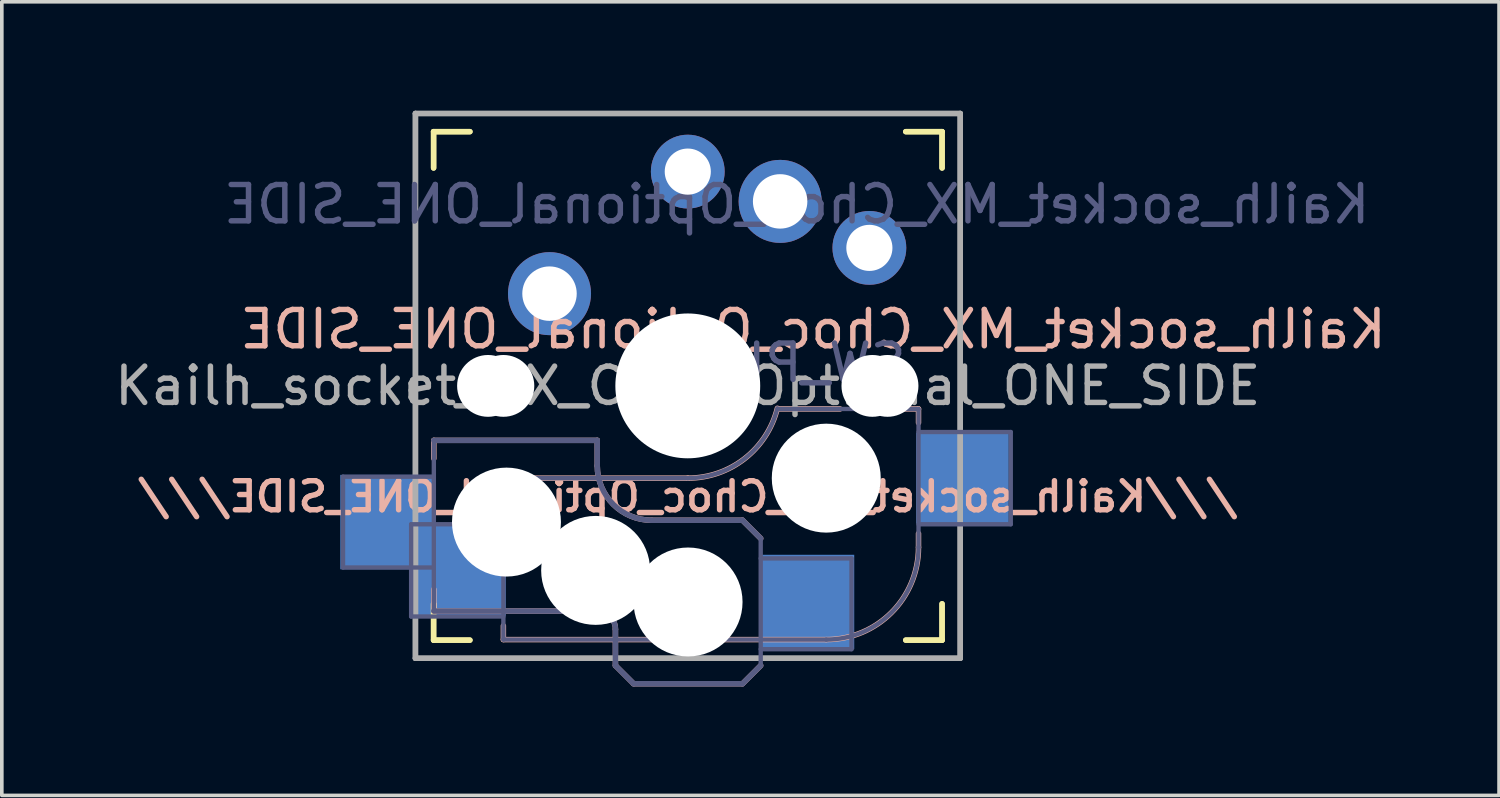
<source format=kicad_pcb>
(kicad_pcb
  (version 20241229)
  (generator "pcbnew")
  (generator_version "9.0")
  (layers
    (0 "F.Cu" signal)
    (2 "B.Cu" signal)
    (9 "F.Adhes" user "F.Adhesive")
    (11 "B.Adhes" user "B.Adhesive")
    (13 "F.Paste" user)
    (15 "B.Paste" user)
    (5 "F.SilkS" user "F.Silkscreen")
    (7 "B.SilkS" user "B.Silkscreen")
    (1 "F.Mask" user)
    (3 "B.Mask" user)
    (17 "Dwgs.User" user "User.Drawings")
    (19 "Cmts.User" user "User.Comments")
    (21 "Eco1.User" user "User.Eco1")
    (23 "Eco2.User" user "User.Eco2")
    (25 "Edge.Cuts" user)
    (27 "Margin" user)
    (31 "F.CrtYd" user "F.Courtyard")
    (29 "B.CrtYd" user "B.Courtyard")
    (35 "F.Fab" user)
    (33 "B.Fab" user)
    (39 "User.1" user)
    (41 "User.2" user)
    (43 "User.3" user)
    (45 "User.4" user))
  (footprint "Kailh_socket_MX_Choc_Optional_ONE_SIDE"
    (layer "F.Cu")
    (at 15.887 7.575)
    (property "Reference" "Kailh_socket_MX_Choc_Optional_ONE_SIDE" (at 3.45 -1.56 0) (layer "B.SilkS") (effects (font (size 1 1) (thickness 0.15)) (justify mirror)))
    (property "Value" "SW_PUSH" (at 0 8.25 180) (layer "F.Fab") (hide yes) (effects (font (size 1 1) (thickness 0.15))))
    (attr through_hole)
    (fp_line (start -7 -6) (end -7 -7) (stroke (width 0.15) (type solid)) (layer "F.SilkS"))
    (fp_line (start -7 7) (end -7 6) (stroke (width 0.15) (type solid)) (layer "F.SilkS"))
    (fp_line (start -7 7) (end -6 7) (stroke (width 0.15) (type solid)) (layer "F.SilkS"))
    (fp_line (start -6.997 -6) (end -6.997 -7) (stroke (width 0.15) (type solid)) (layer "F.SilkS"))
    (fp_line (start -6.997 7) (end -6.997 6) (stroke (width 0.15) (type solid)) (layer "F.SilkS"))
    (fp_line (start -6.997 7) (end -5.997 7) (stroke (width 0.15) (type solid)) (layer "F.SilkS"))
    (fp_line (start -6 -7) (end -7 -7) (stroke (width 0.15) (type solid)) (layer "F.SilkS"))
    (fp_line (start -5.997 -7) (end -6.997 -7) (stroke (width 0.15) (type solid)) (layer "F.SilkS"))
    (fp_line (start 6 7) (end 7 7) (stroke (width 0.15) (type solid)) (layer "F.SilkS"))
    (fp_line (start 6.003 7) (end 7.003 7) (stroke (width 0.15) (type solid)) (layer "F.SilkS"))
    (fp_line (start 7 -7) (end 6 -7) (stroke (width 0.15) (type solid)) (layer "F.SilkS"))
    (fp_line (start 7 -7) (end 7 -6) (stroke (width 0.15) (type solid)) (layer "F.SilkS"))
    (fp_line (start 7 6) (end 7 7) (stroke (width 0.15) (type solid)) (layer "F.SilkS"))
    (fp_line (start 7.003 -7) (end 6.003 -7) (stroke (width 0.15) (type solid)) (layer "F.SilkS"))
    (fp_line (start 7.003 -7) (end 7.003 -6) (stroke (width 0.15) (type solid)) (layer "F.SilkS"))
    (fp_line (start 7.003 6) (end 7.003 7) (stroke (width 0.15) (type solid)) (layer "F.SilkS"))
    (fp_line (start -6.992 1.5) (end -6.992 2) (stroke (width 0.15) (type solid)) (layer "B.SilkS"))
    (fp_line (start -6.992 5.6) (end -6.992 6.2) (stroke (width 0.15) (type solid)) (layer "B.SilkS"))
    (fp_line (start -6.992 6.2) (end -2.492 6.2) (stroke (width 0.15) (type solid)) (layer "B.SilkS"))
    (fp_line (start -5.077 2.54) (end -5.077 3.556) (stroke (width 0.15) (type solid)) (layer "B.SilkS"))
    (fp_line (start -5.077 6.604) (end -5.077 6.985) (stroke (width 0.15) (type solid)) (layer "B.SilkS"))
    (fp_line (start -5.077 6.985) (end 3.813 6.985) (stroke (width 0.15) (type solid)) (layer "B.SilkS"))
    (fp_line (start -2.492 1.5) (end -6.992 1.5) (stroke (width 0.15) (type solid)) (layer "B.SilkS"))
    (fp_line (start -2.492 2.2) (end -2.492 1.5) (stroke (width 0.15) (type solid)) (layer "B.SilkS"))
    (fp_line (start -1.992 6.7) (end -1.992 7.7) (stroke (width 0.15) (type solid)) (layer "B.SilkS"))
    (fp_line (start -1.492 8.2) (end -1.992 7.7) (stroke (width 0.15) (type solid)) (layer "B.SilkS"))
    (fp_line (start 0.003 2.54) (end -5.077 2.54) (stroke (width 0.15) (type solid)) (layer "B.SilkS"))
    (fp_line (start 1.508 3.7) (end -0.992 3.7) (stroke (width 0.15) (type solid)) (layer "B.SilkS"))
    (fp_line (start 1.508 8.2) (end -1.492 8.2) (stroke (width 0.15) (type solid)) (layer "B.SilkS"))
    (fp_line (start 2.008 4.2) (end 1.508 3.7) (stroke (width 0.15) (type solid)) (layer "B.SilkS"))
    (fp_line (start 2.008 7.7) (end 1.508 8.2) (stroke (width 0.15) (type solid)) (layer "B.SilkS"))
    (fp_line (start 4.194 0.635) (end 2.543 0.635) (stroke (width 0.15) (type solid)) (layer "B.SilkS"))
    (fp_line (start 6.353 0.635) (end 5.972 0.635) (stroke (width 0.15) (type solid)) (layer "B.SilkS"))
    (fp_line (start 6.353 1.016) (end 6.353 0.635) (stroke (width 0.15) (type solid)) (layer "B.SilkS"))
    (fp_line (start 6.353 4.445) (end 6.353 4.064) (stroke (width 0.15) (type solid)) (layer "B.SilkS"))
    (fp_arc (start -2.492 6.2) (mid -2.138447 6.346447) (end -1.992 6.7) (stroke (width 0.15) (type solid)) (layer "B.SilkS"))
    (fp_arc (start -0.992 3.7) (mid -2.05266 3.26066) (end -2.492 2.2) (stroke (width 0.15) (type solid)) (layer "B.SilkS"))
    (fp_arc (start 2.467162 0.61604) (mid 1.566147 2.002042) (end 0.003 2.54) (stroke (width 0.15) (type solid)) (layer "B.SilkS"))
    (fp_arc (start 6.353 4.445) (mid 5.609051 6.241051) (end 3.813 6.985) (stroke (width 0.15) (type solid)) (layer "B.SilkS"))
    (fp_line (start -6.9 6.9) (end -6.9 -6.9) (stroke (width 0.15) (type solid)) (layer "Eco2.User"))
    (fp_line (start -6.9 6.9) (end 6.9 6.9) (stroke (width 0.15) (type solid)) (layer "Eco2.User"))
    (fp_line (start -6.897 6.9) (end -6.897 -6.9) (stroke (width 0.15) (type solid)) (layer "Eco2.User"))
    (fp_line (start -6.897 6.9) (end 6.903 6.9) (stroke (width 0.15) (type solid)) (layer "Eco2.User"))
    (fp_line (start 6.9 -6.9) (end -6.9 -6.9) (stroke (width 0.15) (type solid)) (layer "Eco2.User"))
    (fp_line (start 6.9 -6.9) (end 6.9 6.9) (stroke (width 0.15) (type solid)) (layer "Eco2.User"))
    (fp_line (start 6.903 -6.9) (end -6.897 -6.9) (stroke (width 0.15) (type solid)) (layer "Eco2.User"))
    (fp_line (start 6.903 -6.9) (end 6.903 6.9) (stroke (width 0.15) (type solid)) (layer "Eco2.User"))
    (fp_line (start -9.492 2.5) (end -6.992 2.5) (stroke (width 0.12) (type solid)) (layer "B.Fab"))
    (fp_line (start -9.492 5) (end -9.492 2.5) (stroke (width 0.12) (type solid)) (layer "B.Fab"))
    (fp_line (start -7.617 3.81) (end -7.617 6.35) (stroke (width 0.12) (type solid)) (layer "B.Fab"))
    (fp_line (start -7.617 6.35) (end -5.077 6.35) (stroke (width 0.12) (type solid)) (layer "B.Fab"))
    (fp_line (start -6.992 1.5) (end -6.992 6.2) (stroke (width 0.12) (type solid)) (layer "B.Fab"))
    (fp_line (start -6.992 5) (end -9.492 5) (stroke (width 0.12) (type solid)) (layer "B.Fab"))
    (fp_line (start -6.992 6.2) (end -2.492 6.2) (stroke (width 0.15) (type solid)) (layer "B.Fab"))
    (fp_line (start -5.077 2.54) (end -5.077 6.985) (stroke (width 0.12) (type solid)) (layer "B.Fab"))
    (fp_line (start -5.077 3.81) (end -7.617 3.81) (stroke (width 0.12) (type solid)) (layer "B.Fab"))
    (fp_line (start -5.077 6.985) (end 3.813 6.985) (stroke (width 0.12) (type solid)) (layer "B.Fab"))
    (fp_line (start -2.492 1.5) (end -6.992 1.5) (stroke (width 0.15) (type solid)) (layer "B.Fab"))
    (fp_line (start -2.492 2.2) (end -2.492 1.5) (stroke (width 0.15) (type solid)) (layer "B.Fab"))
    (fp_line (start -1.992 6.7) (end -1.992 7.7) (stroke (width 0.15) (type solid)) (layer "B.Fab"))
    (fp_line (start -1.492 8.2) (end -1.992 7.7) (stroke (width 0.15) (type solid)) (layer "B.Fab"))
    (fp_line (start 0.003 2.54) (end -5.077 2.54) (stroke (width 0.12) (type solid)) (layer "B.Fab"))
    (fp_line (start 1.508 3.7) (end -0.992 3.7) (stroke (width 0.15) (type solid)) (layer "B.Fab"))
    (fp_line (start 1.508 8.2) (end -1.492 8.2) (stroke (width 0.15) (type solid)) (layer "B.Fab"))
    (fp_line (start 2.008 4.2) (end 1.508 3.7) (stroke (width 0.15) (type solid)) (layer "B.Fab"))
    (fp_line (start 2.008 4.25) (end 2.008 7.7) (stroke (width 0.12) (type solid)) (layer "B.Fab"))
    (fp_line (start 2.008 4.75) (end 4.508 4.75) (stroke (width 0.12) (type solid)) (layer "B.Fab"))
    (fp_line (start 2.008 7.7) (end 1.508 8.2) (stroke (width 0.15) (type solid)) (layer "B.Fab"))
    (fp_line (start 4.508 4.75) (end 4.508 7.25) (stroke (width 0.12) (type solid)) (layer "B.Fab"))
    (fp_line (start 4.508 7.25) (end 2.008 7.25) (stroke (width 0.12) (type solid)) (layer "B.Fab"))
    (fp_line (start 6.353 0.635) (end 2.543 0.635) (stroke (width 0.12) (type solid)) (layer "B.Fab"))
    (fp_line (start 6.353 3.81) (end 8.893 3.81) (stroke (width 0.12) (type solid)) (layer "B.Fab"))
    (fp_line (start 6.353 4.445) (end 6.353 0.635) (stroke (width 0.12) (type solid)) (layer "B.Fab"))
    (fp_line (start 8.893 1.27) (end 6.353 1.27) (stroke (width 0.12) (type solid)) (layer "B.Fab"))
    (fp_line (start 8.893 3.81) (end 8.893 1.27) (stroke (width 0.12) (type solid)) (layer "B.Fab"))
    (fp_arc (start -2.492 6.2) (mid -2.138447 6.346447) (end -1.992 6.7) (stroke (width 0.15) (type solid)) (layer "B.Fab"))
    (fp_arc (start -0.992 3.7) (mid -2.05266 3.26066) (end -2.492 2.2) (stroke (width 0.15) (type solid)) (layer "B.Fab"))
    (fp_arc (start 2.467162 0.61604) (mid 1.566147 2.002042) (end 0.003 2.54) (stroke (width 0.12) (type solid)) (layer "B.Fab"))
    (fp_arc (start 6.353 4.445) (mid 5.609051 6.241051) (end 3.813 6.985) (stroke (width 0.12) (type solid)) (layer "B.Fab"))
    (fp_line (start -7.5 -7.5) (end 7.5 -7.5) (stroke (width 0.15) (type solid)) (layer "F.Fab"))
    (fp_line (start -7.5 7.5) (end -7.5 -7.5) (stroke (width 0.15) (type solid)) (layer "F.Fab"))
    (fp_line (start -7.497 -7.5) (end 7.503 -7.5) (stroke (width 0.15) (type solid)) (layer "F.Fab"))
    (fp_line (start -7.497 7.5) (end -7.497 -7.5) (stroke (width 0.15) (type solid)) (layer "F.Fab"))
    (fp_line (start 7.5 -7.5) (end 7.5 7.5) (stroke (width 0.15) (type solid)) (layer "F.Fab"))
    (fp_line (start 7.5 7.5) (end -7.5 7.5) (stroke (width 0.15) (type solid)) (layer "F.Fab"))
    (fp_line (start 7.503 -7.5) (end 7.503 7.5) (stroke (width 0.15) (type solid)) (layer "F.Fab"))
    (fp_line (start 7.503 7.5) (end -7.497 7.5) (stroke (width 0.15) (type solid)) (layer "F.Fab"))
    (fp_text user "///${REFERENCE}///" (at 0 3.048 0) (layer "B.SilkS") (effects (font (size 0.8 0.8) (thickness 0.15)) (justify mirror)))
    (fp_text user "" (at 1.908 5.08 180) (layer "B.Fab") (effects (font (size 1 1) (thickness 0.15)) (justify mirror)))
    (fp_text user "${VALUE}" (at 2.54 -0.635 180) (layer "B.Fab") (effects (font (size 1 1) (thickness 0.15)) (justify mirror)))
    (fp_text user "" (at -2.992 5 90) (layer "B.Fab") (effects (font (size 1 1) (thickness 0.15)) (justify mirror)))
    (fp_text user "${REFERENCE}" (at 3 -5 0) (layer "B.Fab") (effects (font (size 1 1) (thickness 0.15)) (justify mirror)))
    (fp_text user "" (at 0.003 0 180) (layer "F.Fab") (effects (font (size 1 1) (thickness 0.15))))
    (fp_text user "${REFERENCE}" (at 0 0 180) (layer "F.Fab") (effects (font (size 1 1) (thickness 0.15))))
    (pad "" np_thru_hole circle (at -5.5 0) (size 1.702 1.702) (drill 1.702) (layers "*.Cu" "*.Mask"))
    (pad "" np_thru_hole circle (at -5.077 0) (size 1.702 1.702) (drill 1.702) (layers "*.Cu" "*.Mask"))
    (pad "" np_thru_hole circle (at -4.992 3.75 180) (size 3 3) (drill 3) (layers "*.Cu" "*.Mask"))
    (pad "" np_thru_hole circle (at -2.537 5.08) (size 3 3) (drill 3) (layers "*.Cu" "*.Mask"))
    (pad "" np_thru_hole circle (at 0 0 180) (size 3.988 3.988) (drill 3.988) (layers "*.Cu" "*.Mask"))
    (pad "" np_thru_hole circle (at 0.008 5.95 180) (size 3 3) (drill 3) (layers "*.Cu" "*.Mask"))
    (pad "" np_thru_hole circle (at 3.813 2.54) (size 3 3) (drill 3) (layers "*.Cu" "*.Mask"))
    (pad "" np_thru_hole circle (at 5.083 0) (size 1.702 1.702) (drill 1.702) (layers "*.Cu" "*.Mask"))
    (pad "" np_thru_hole circle (at 5.5 0) (size 1.702 1.702) (drill 1.702) (layers "*.Cu" "*.Mask"))
    (pad "1" smd rect (at -8.267 3.75 180) (size 2.6 2.6) (layers "B.Cu" "B.Mask" "B.Paste"))
    (pad "1" smd rect (at -6.287 5.08) (size 2.55 2.5) (layers "B.Cu" "B.Mask" "B.Paste"))
    (pad "1" thru_hole circle (at -3.807 -2.54) (size 2.286 2.286) (drill 1.499) (layers "*.Cu" "*.Mask"))
    (pad "1" thru_hole circle (at 5 -3.8 180) (size 2.032 2.032) (drill 1.27) (layers "*.Cu" "*.Mask"))
    (pad "2" thru_hole circle (at 0 -5.9 180) (size 2.032 2.032) (drill 1.27) (layers "*.Cu" "*.Mask"))
    (pad "2" thru_hole circle (at 2.543 -5.08) (size 2.286 2.286) (drill 1.499) (layers "*.Cu" "*.Mask"))
    (pad "2" smd rect (at 3.283 5.95 180) (size 2.6 2.6) (layers "B.Cu" "B.Mask" "B.Paste"))
    (pad "2" smd rect (at 7.563 2.54) (size 2.55 2.5) (layers "B.Cu" "B.Mask" "B.Paste")))
  (gr_rect
    (start -3 -3)
    (end 38.224 18.85)
    (stroke (width 0.1) (type default))
    (fill no)
    (layer "Edge.Cuts")))
</source>
